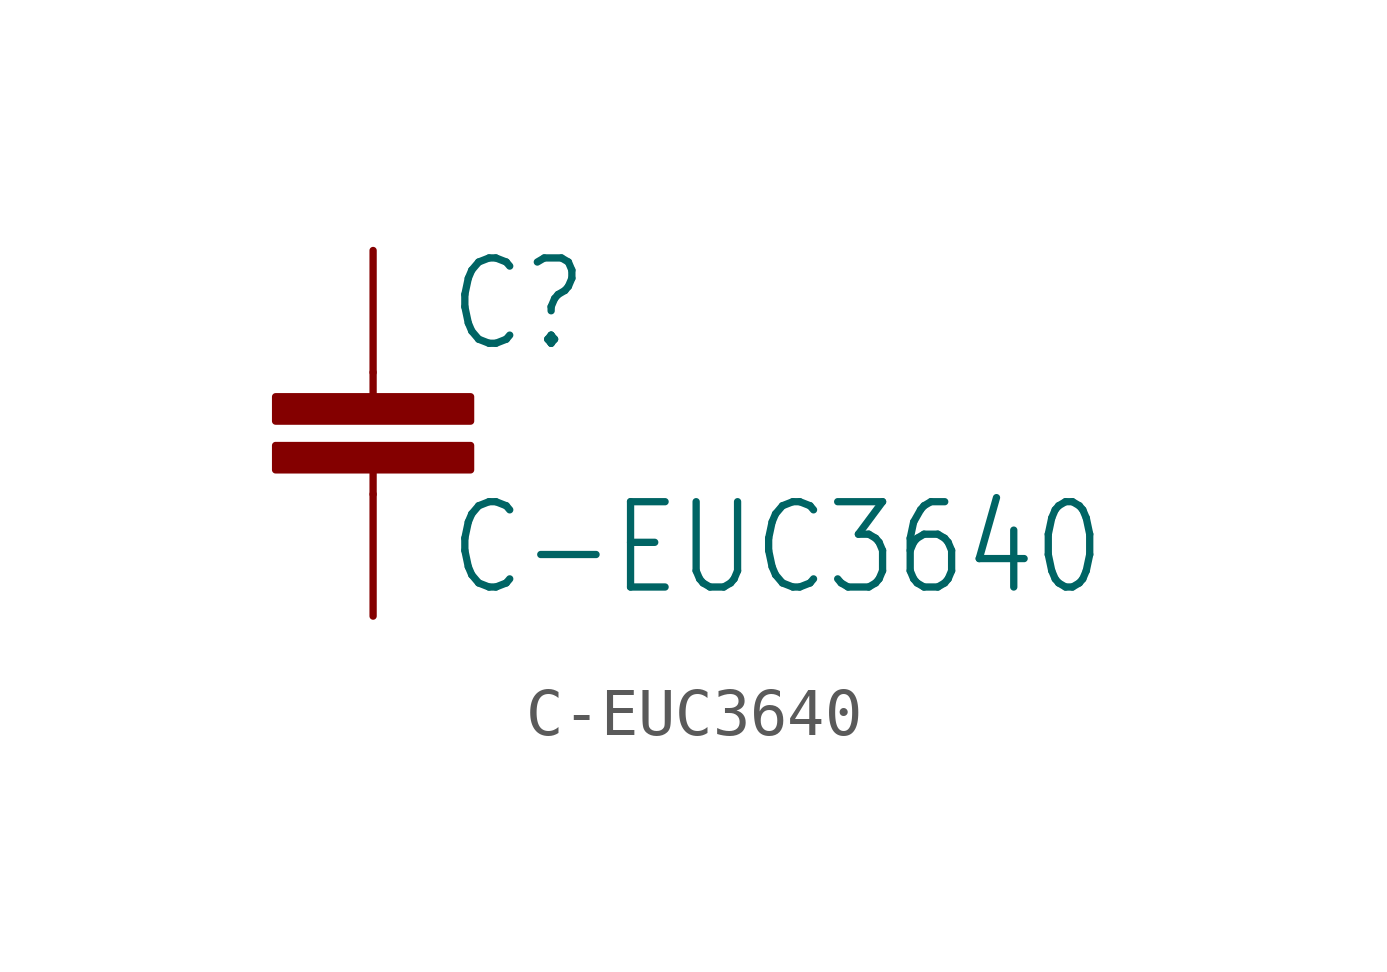
<source format=kicad_sym>
(kicad_symbol_lib
  (version 20211014)
  (generator kicad_symbol_editor)
  (symbol "C-EUC3640"
    (property "Reference" "C"
      (at 1.524 0.381 0)
      (effects (font (size 1.778 1.511)) (justify left bottom)))
    (property "Value" "C-EUC3640"
      (at 1.524 -4.699 0)
      (effects (font (size 1.778 1.511)) (justify left bottom)))
    (property "ki_locked" ""
      (at 0 0 0)
      (effects (font (size 1.27 1.27))))
    (symbol "C-EUC3640_1_0"
      (rectangle (start -2.032 -2.032) (end 2.032 -1.524) (stroke (width 0) (type default) (color 0 0 0 0)) (fill (type outline)))
      (rectangle (start -2.032 -1.016) (end 2.032 -0.508) (stroke (width 0) (type default) (color 0 0 0 0)) (fill (type outline)))
      (polyline (pts (xy 0 -2.54) (xy 0 -2.032)) (stroke (width 0.152) (type default) (color 0 0 0 0)) (fill (type none)))
      (polyline (pts (xy 0 0) (xy 0 -0.508)) (stroke (width 0.152) (type default) (color 0 0 0 0)) (fill (type none)))
      (pin passive line (at 0 2.54 270) (length 2.54) (name "1" (effects (font (size 0 0)))) (number "1" (effects (font (size 0 0)))))
      (pin passive line (at 0 -5.08 90) (length 2.54) (name "2" (effects (font (size 0 0)))) (number "2" (effects (font (size 0 0))))))))
</source>
